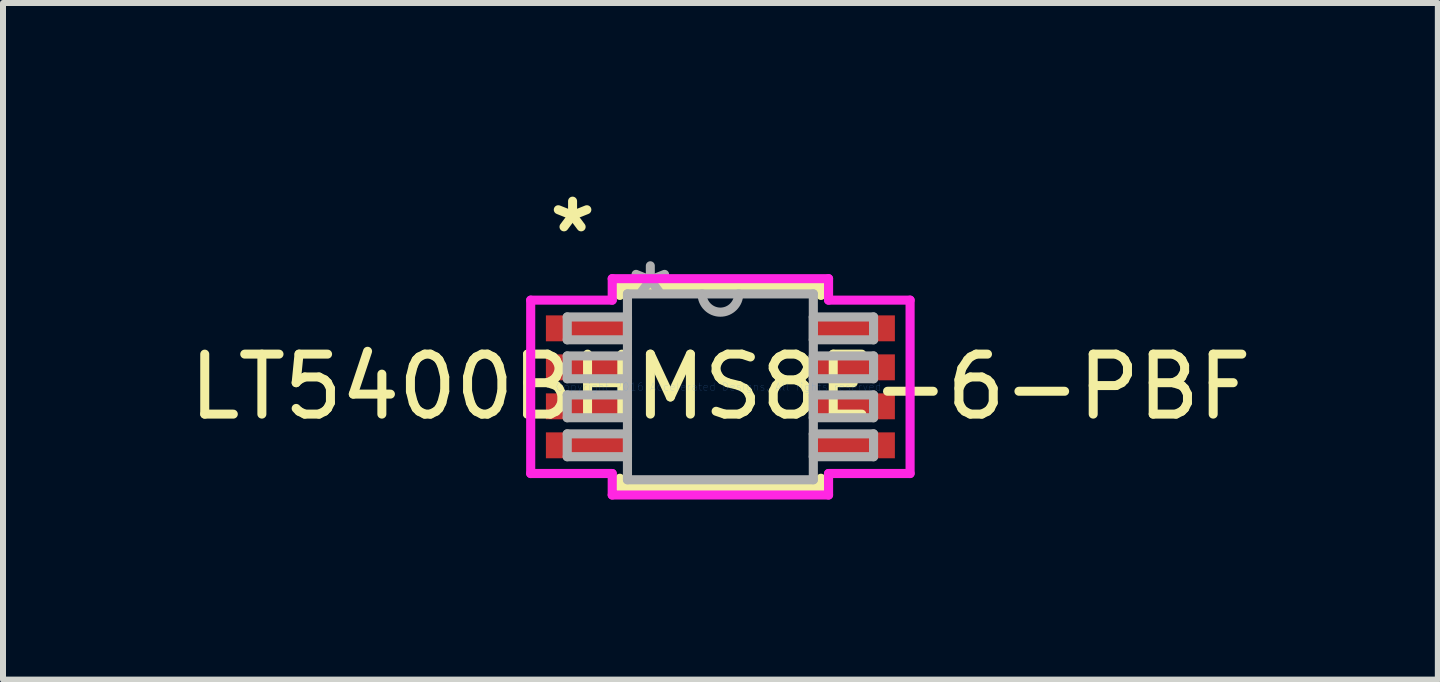
<source format=kicad_pcb>
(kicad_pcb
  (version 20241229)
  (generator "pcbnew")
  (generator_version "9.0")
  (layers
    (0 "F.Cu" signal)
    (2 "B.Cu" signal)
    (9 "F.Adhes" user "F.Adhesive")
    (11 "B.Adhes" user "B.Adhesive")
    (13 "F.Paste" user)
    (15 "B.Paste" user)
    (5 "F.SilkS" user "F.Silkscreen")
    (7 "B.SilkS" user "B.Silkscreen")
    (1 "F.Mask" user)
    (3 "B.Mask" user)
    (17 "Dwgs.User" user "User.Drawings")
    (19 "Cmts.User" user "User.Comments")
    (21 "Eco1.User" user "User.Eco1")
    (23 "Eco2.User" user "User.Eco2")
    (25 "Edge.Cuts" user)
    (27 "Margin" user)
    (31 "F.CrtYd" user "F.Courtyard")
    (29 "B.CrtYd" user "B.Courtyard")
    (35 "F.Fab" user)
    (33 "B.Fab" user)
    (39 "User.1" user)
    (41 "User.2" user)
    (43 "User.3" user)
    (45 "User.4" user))
  (footprint "LT5400BHMS8E-6-PBF"
    (layer "F.Cu")
    (at 8.958 3.398)
    (property "Reference" "LT5400BHMS8E-6-PBF" (at 0 0 0) (layer "F.SilkS") (effects (font (size 1 1) (thickness 0.15))))
    (attr through_hole)
    (fp_line (start -1.676 -1.676) (end -1.676 -1.524) (stroke (width 0.152) (type solid)) (layer "F.SilkS"))
    (fp_line (start -1.676 1.524) (end -1.676 1.676) (stroke (width 0.152) (type solid)) (layer "F.SilkS"))
    (fp_line (start -1.676 1.676) (end 1.676 1.676) (stroke (width 0.152) (type solid)) (layer "F.SilkS"))
    (fp_line (start 1.676 -1.676) (end -1.676 -1.676) (stroke (width 0.152) (type solid)) (layer "F.SilkS"))
    (fp_line (start 1.676 -1.524) (end 1.676 -1.676) (stroke (width 0.152) (type solid)) (layer "F.SilkS"))
    (fp_line (start 1.676 1.676) (end 1.676 1.524) (stroke (width 0.152) (type solid)) (layer "F.SilkS"))
    (fp_line (start -3.162 -1.445) (end -1.803 -1.445) (stroke (width 0.152) (type solid)) (layer "F.CrtYd"))
    (fp_line (start -3.162 1.445) (end -3.162 -1.445) (stroke (width 0.152) (type solid)) (layer "F.CrtYd"))
    (fp_line (start -1.803 -1.803) (end 1.803 -1.803) (stroke (width 0.152) (type solid)) (layer "F.CrtYd"))
    (fp_line (start -1.803 -1.445) (end -1.803 -1.803) (stroke (width 0.152) (type solid)) (layer "F.CrtYd"))
    (fp_line (start -1.803 1.445) (end -3.162 1.445) (stroke (width 0.152) (type solid)) (layer "F.CrtYd"))
    (fp_line (start -1.803 1.803) (end -1.803 1.445) (stroke (width 0.152) (type solid)) (layer "F.CrtYd"))
    (fp_line (start 1.803 -1.803) (end 1.803 -1.445) (stroke (width 0.152) (type solid)) (layer "F.CrtYd"))
    (fp_line (start 1.803 -1.445) (end 3.162 -1.445) (stroke (width 0.152) (type solid)) (layer "F.CrtYd"))
    (fp_line (start 1.803 1.445) (end 1.803 1.803) (stroke (width 0.152) (type solid)) (layer "F.CrtYd"))
    (fp_line (start 1.803 1.803) (end -1.803 1.803) (stroke (width 0.152) (type solid)) (layer "F.CrtYd"))
    (fp_line (start 3.162 -1.445) (end 3.162 1.445) (stroke (width 0.152) (type solid)) (layer "F.CrtYd"))
    (fp_line (start 3.162 1.445) (end 1.803 1.445) (stroke (width 0.152) (type solid)) (layer "F.CrtYd"))
    (fp_line (start -2.553 -1.165) (end -2.553 -0.784) (stroke (width 0.152) (type solid)) (layer "F.Fab"))
    (fp_line (start -2.553 -0.784) (end -1.549 -0.784) (stroke (width 0.152) (type solid)) (layer "F.Fab"))
    (fp_line (start -2.553 -0.515) (end -2.553 -0.135) (stroke (width 0.152) (type solid)) (layer "F.Fab"))
    (fp_line (start -2.553 -0.135) (end -1.549 -0.135) (stroke (width 0.152) (type solid)) (layer "F.Fab"))
    (fp_line (start -2.553 0.135) (end -2.553 0.515) (stroke (width 0.152) (type solid)) (layer "F.Fab"))
    (fp_line (start -2.553 0.515) (end -1.549 0.515) (stroke (width 0.152) (type solid)) (layer "F.Fab"))
    (fp_line (start -2.553 0.784) (end -2.553 1.165) (stroke (width 0.152) (type solid)) (layer "F.Fab"))
    (fp_line (start -2.553 1.165) (end -1.549 1.165) (stroke (width 0.152) (type solid)) (layer "F.Fab"))
    (fp_line (start -1.549 -1.549) (end -1.549 1.549) (stroke (width 0.152) (type solid)) (layer "F.Fab"))
    (fp_line (start -1.549 -1.165) (end -2.553 -1.165) (stroke (width 0.152) (type solid)) (layer "F.Fab"))
    (fp_line (start -1.549 -0.784) (end -1.549 -1.165) (stroke (width 0.152) (type solid)) (layer "F.Fab"))
    (fp_line (start -1.549 -0.515) (end -2.553 -0.515) (stroke (width 0.152) (type solid)) (layer "F.Fab"))
    (fp_line (start -1.549 -0.135) (end -1.549 -0.515) (stroke (width 0.152) (type solid)) (layer "F.Fab"))
    (fp_line (start -1.549 0.135) (end -2.553 0.135) (stroke (width 0.152) (type solid)) (layer "F.Fab"))
    (fp_line (start -1.549 0.515) (end -1.549 0.135) (stroke (width 0.152) (type solid)) (layer "F.Fab"))
    (fp_line (start -1.549 0.784) (end -2.553 0.784) (stroke (width 0.152) (type solid)) (layer "F.Fab"))
    (fp_line (start -1.549 1.165) (end -1.549 0.784) (stroke (width 0.152) (type solid)) (layer "F.Fab"))
    (fp_line (start -1.549 1.549) (end 1.549 1.549) (stroke (width 0.152) (type solid)) (layer "F.Fab"))
    (fp_line (start 1.549 -1.549) (end -1.549 -1.549) (stroke (width 0.152) (type solid)) (layer "F.Fab"))
    (fp_line (start 1.549 -1.165) (end 1.549 -0.784) (stroke (width 0.152) (type solid)) (layer "F.Fab"))
    (fp_line (start 1.549 -0.784) (end 2.553 -0.784) (stroke (width 0.152) (type solid)) (layer "F.Fab"))
    (fp_line (start 1.549 -0.515) (end 1.549 -0.135) (stroke (width 0.152) (type solid)) (layer "F.Fab"))
    (fp_line (start 1.549 -0.135) (end 2.553 -0.135) (stroke (width 0.152) (type solid)) (layer "F.Fab"))
    (fp_line (start 1.549 0.135) (end 1.549 0.515) (stroke (width 0.152) (type solid)) (layer "F.Fab"))
    (fp_line (start 1.549 0.515) (end 2.553 0.515) (stroke (width 0.152) (type solid)) (layer "F.Fab"))
    (fp_line (start 1.549 0.784) (end 1.549 1.165) (stroke (width 0.152) (type solid)) (layer "F.Fab"))
    (fp_line (start 1.549 1.165) (end 2.553 1.165) (stroke (width 0.152) (type solid)) (layer "F.Fab"))
    (fp_line (start 1.549 1.549) (end 1.549 -1.549) (stroke (width 0.152) (type solid)) (layer "F.Fab"))
    (fp_line (start 2.553 -1.165) (end 1.549 -1.165) (stroke (width 0.152) (type solid)) (layer "F.Fab"))
    (fp_line (start 2.553 -0.784) (end 2.553 -1.165) (stroke (width 0.152) (type solid)) (layer "F.Fab"))
    (fp_line (start 2.553 -0.515) (end 1.549 -0.515) (stroke (width 0.152) (type solid)) (layer "F.Fab"))
    (fp_line (start 2.553 -0.135) (end 2.553 -0.515) (stroke (width 0.152) (type solid)) (layer "F.Fab"))
    (fp_line (start 2.553 0.135) (end 1.549 0.135) (stroke (width 0.152) (type solid)) (layer "F.Fab"))
    (fp_line (start 2.553 0.515) (end 2.553 0.135) (stroke (width 0.152) (type solid)) (layer "F.Fab"))
    (fp_line (start 2.553 0.784) (end 1.549 0.784) (stroke (width 0.152) (type solid)) (layer "F.Fab"))
    (fp_line (start 2.553 1.165) (end 2.553 0.784) (stroke (width 0.152) (type solid)) (layer "F.Fab"))
    (fp_arc (start 0.3048 -1.5494) (mid 0 -1.2446) (end -0.3048 -1.5494) (stroke (width 0.1524) (type solid)) (layer "F.Fab"))
    (fp_text user "*" (at -2.464 -2.55 0) (layer "F.SilkS") (effects (font (size 1 1) (thickness 0.15))))
    (fp_text user "Copyright 2016 Accelerated Designs. All rights reserved." (at 0 0 0) (layer "Cmts.User") (effects (font (size 0.127 0.127) (thickness 0.002))))
    (fp_text user "*" (at -1.168 -1.473 0) (layer "F.Fab") (effects (font (size 1 1) (thickness 0.15))))
    (pad "1" smd rect (at -2.21 -0.975) (size 1.397 0.432) (layers "F.Cu" "F.Mask" "F.Paste"))
    (pad "2" smd rect (at -2.21 -0.325) (size 1.397 0.432) (layers "F.Cu" "F.Mask" "F.Paste"))
    (pad "3" smd rect (at -2.21 0.325) (size 1.397 0.432) (layers "F.Cu" "F.Mask" "F.Paste"))
    (pad "4" smd rect (at -2.21 0.975) (size 1.397 0.432) (layers "F.Cu" "F.Mask" "F.Paste"))
    (pad "5" smd rect (at 2.21 0.975) (size 1.397 0.432) (layers "F.Cu" "F.Mask" "F.Paste"))
    (pad "6" smd rect (at 2.21 0.325) (size 1.397 0.432) (layers "F.Cu" "F.Mask" "F.Paste"))
    (pad "7" smd rect (at 2.21 -0.325) (size 1.397 0.432) (layers "F.Cu" "F.Mask" "F.Paste"))
    (pad "8" smd rect (at 2.21 -0.975) (size 1.397 0.432) (layers "F.Cu" "F.Mask" "F.Paste")))
  (gr_rect
    (start -3 -3)
    (end 20.917 8.278)
    (stroke (width 0.1) (type default))
    (fill no)
    (layer "Edge.Cuts")))
</source>
